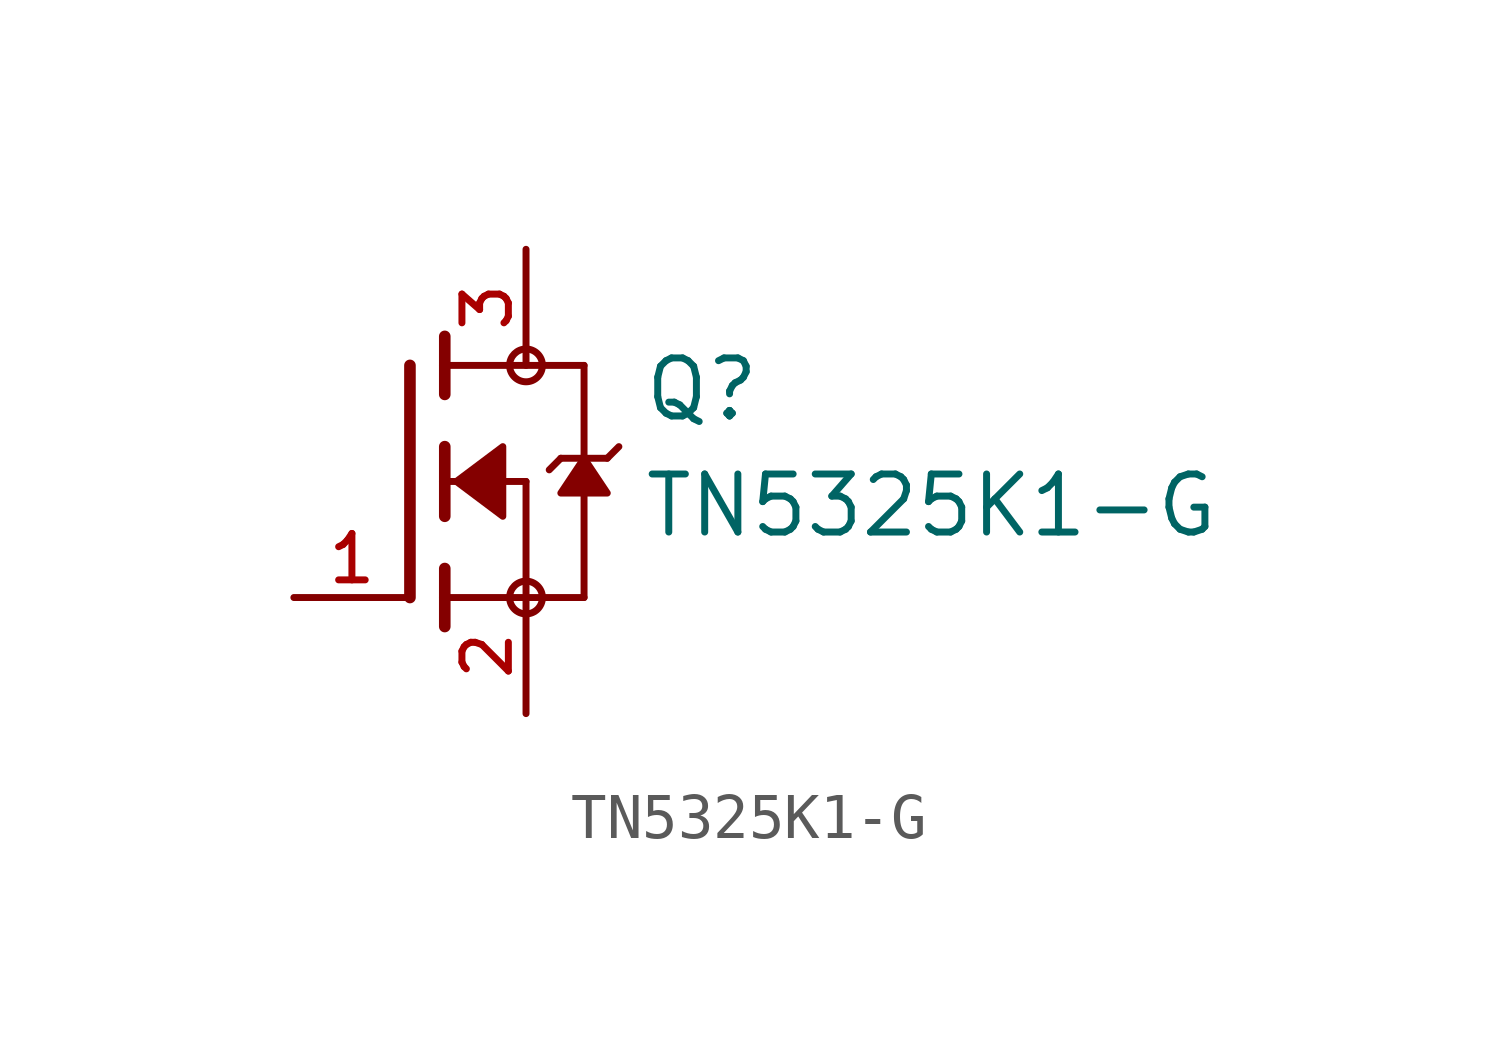
<source format=kicad_sym>
(kicad_symbol_lib
  (version 20231120)
  (generator "kicad_symbol_editor")
  (generator_version "8.0")
  (symbol "TN5325K1-G"
    (pin_names
      (offset 1.016))
    (property "Reference" "Q"
      (at 5.08 1.27 0)
      (effects (font (size 1.27 1.27)) (justify left bottom)))
    (property "Value" "TN5325K1-G\n"
      (at 5.08 -1.27 0)
      (effects (font (size 1.27 1.27)) (justify left bottom)))
    (symbol "TN5325K1-G_0_0"
      (polyline (pts (xy 0 2.54) (xy 0 -2.54)) (stroke (width 0.254) (type default)) (fill (type none)))
      (polyline (pts (xy 0.762 -2.54) (xy 0.762 -3.175)) (stroke (width 0.254) (type default)) (fill (type none)))
      (polyline (pts (xy 0.762 -1.905) (xy 0.762 -2.54)) (stroke (width 0.254) (type default)) (fill (type none)))
      (polyline (pts (xy 0.762 0) (xy 0.762 -0.762)) (stroke (width 0.254) (type default)) (fill (type none)))
      (polyline (pts (xy 0.762 0) (xy 2.54 0)) (stroke (width 0.152) (type default)) (fill (type none)))
      (polyline (pts (xy 0.762 0.762) (xy 0.762 0)) (stroke (width 0.254) (type default)) (fill (type none)))
      (polyline (pts (xy 0.762 2.54) (xy 0.762 1.905)) (stroke (width 0.254) (type default)) (fill (type none)))
      (polyline (pts (xy 0.762 2.54) (xy 3.81 2.54)) (stroke (width 0.152) (type default)) (fill (type none)))
      (polyline (pts (xy 0.762 3.175) (xy 0.762 2.54)) (stroke (width 0.254) (type default)) (fill (type none)))
      (polyline (pts (xy 2.54 -2.54) (xy 0.762 -2.54)) (stroke (width 0.152) (type default)) (fill (type none)))
      (polyline (pts (xy 2.54 -2.54) (xy 3.81 -2.54)) (stroke (width 0.152) (type default)) (fill (type none)))
      (polyline (pts (xy 2.54 0) (xy 2.54 -2.54)) (stroke (width 0.152) (type default)) (fill (type none)))
      (polyline (pts (xy 3.302 0.508) (xy 3.048 0.254)) (stroke (width 0.152) (type default)) (fill (type none)))
      (polyline (pts (xy 3.81 0.508) (xy 3.302 0.508)) (stroke (width 0.152) (type default)) (fill (type none)))
      (polyline (pts (xy 3.81 0.508) (xy 3.81 -2.54)) (stroke (width 0.152) (type default)) (fill (type none)))
      (polyline (pts (xy 3.81 2.54) (xy 3.81 0.508)) (stroke (width 0.152) (type default)) (fill (type none)))
      (polyline (pts (xy 4.318 0.508) (xy 3.81 0.508)) (stroke (width 0.152) (type default)) (fill (type none)))
      (polyline (pts (xy 4.572 0.762) (xy 4.318 0.508)) (stroke (width 0.152) (type default)) (fill (type none)))
      (polyline (pts (xy 1.016 0) (xy 2.032 0.762) (xy 2.032 -0.762) (xy 1.016 0)) (stroke (width 0.152) (type default)) (fill (type outline)))
      (polyline (pts (xy 3.81 0.508) (xy 3.302 -0.254) (xy 4.318 -0.254) (xy 3.81 0.508)) (stroke (width 0.152) (type default)) (fill (type outline)))
      (circle (center 2.54 -2.54) (radius 0.359) (stroke (width 0) (type default)) (fill (type none)))
      (circle (center 2.54 2.54) (radius 0.359) (stroke (width 0) (type default)) (fill (type none)))
      (pin passive line (at -2.54 -2.54 0) (length 2.54) (name "~" (effects (font (size 1.016 1.016)))) (number "1" (effects (font (size 1.016 1.016)))))
      (pin passive line (at 2.54 -5.08 90) (length 2.54) (name "~" (effects (font (size 1.016 1.016)))) (number "2" (effects (font (size 1.016 1.016)))))
      (pin passive line (at 2.54 5.08 270) (length 2.54) (name "~" (effects (font (size 1.016 1.016)))) (number "3" (effects (font (size 1.016 1.016))))))))
</source>
